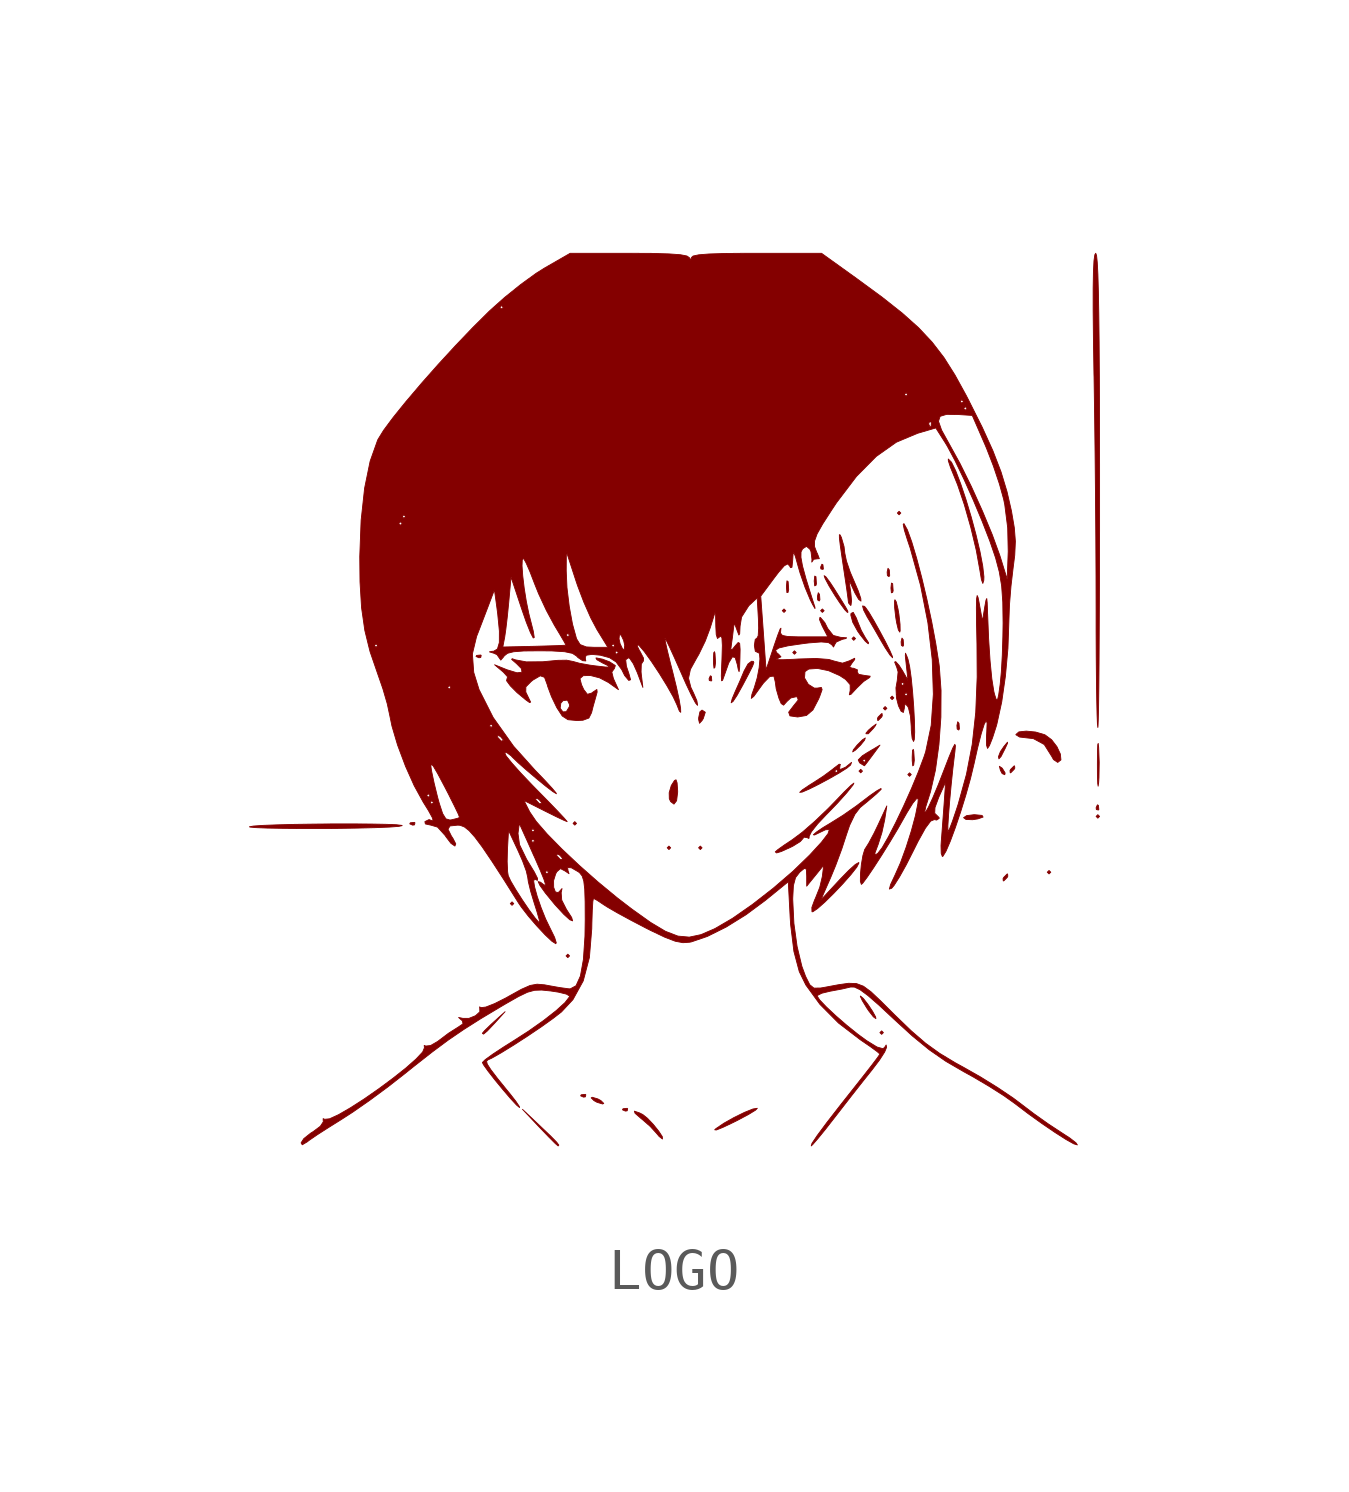
<source format=kicad_sym>
(kicad_symbol_lib
  (version 20220914)
  (generator "bitmap2component")
  (generator_version "9.0")
  (symbol "LOGO"
    (pin_names
      (offset 1.016))
    (property "Reference" "#G"
      (at 0 10.202 0)
      (effects (font (size 1.27 1.27)) hide))
    (symbol "LOGO_0_0"
      (polyline (pts (xy 2.858 -10.802) (xy 2.983 -10.658) (xy 3.17 -10.428) (xy 3.395 -10.139) (xy 3.52 -9.978) (xy 3.805 -9.611) (xy 4.079 -9.263) (xy 4.295 -8.992) (xy 4.475 -8.755) (xy 4.603 -8.556) (xy 4.65 -8.442) (xy 4.639 -8.386) (xy 4.601 -8.445) (xy 4.561 -8.476) (xy 4.417 -8.435) (xy 4.163 -8.279) (xy 3.958 -8.129) (xy 3.687 -7.911) (xy 3.419 -7.679) (xy 3.188 -7.463) (xy 3.025 -7.292) (xy 2.963 -7.196) (xy 2.969 -7.184) (xy 3.077 -7.129) (xy 3.281 -7.08) (xy 3.31 -7.075) (xy 3.572 -7.026) (xy 3.777 -6.978) (xy 3.869 -6.98) (xy 4.005 -7.044) (xy 4.197 -7.186) (xy 4.468 -7.422) (xy 4.835 -7.765) (xy 5.275 -8.167) (xy 5.688 -8.505) (xy 6.089 -8.783) (xy 6.528 -9.038) (xy 6.756 -9.164) (xy 7.147 -9.395) (xy 7.499 -9.619) (xy 7.756 -9.802) (xy 7.768 -9.811) (xy 8.089 -10.055) (xy 8.422 -10.294) (xy 8.737 -10.509) (xy 9.005 -10.68) (xy 9.196 -10.787) (xy 9.282 -10.812) (xy 9.247 -10.76) (xy 9.1 -10.646) (xy 8.873 -10.498) (xy 8.575 -10.302) (xy 8.223 -10.052) (xy 7.893 -9.801) (xy 7.721 -9.672) (xy 7.35 -9.422) (xy 6.927 -9.16) (xy 6.513 -8.925) (xy 6.321 -8.82) (xy 5.938 -8.589) (xy 5.598 -8.344) (xy 5.251 -8.045) (xy 4.846 -7.655) (xy 4.824 -7.633) (xy 4.504 -7.314) (xy 4.271 -7.094) (xy 4.088 -6.959) (xy 3.918 -6.895) (xy 3.726 -6.888) (xy 3.475 -6.924) (xy 3.128 -6.989) (xy 3.044 -7.003) (xy 2.885 -7.005) (xy 2.784 -6.922) (xy 2.682 -6.718) (xy 2.592 -6.474) (xy 2.476 -5.99) (xy 2.399 -5.433) (xy 2.371 -4.86) (xy 2.371 -4.819) (xy 2.387 -4.515) (xy 2.439 -4.322) (xy 2.54 -4.191) (xy 2.653 -4.098) (xy 2.702 -4.117) (xy 2.71 -4.284) (xy 2.71 -4.53) (xy 2.916 -4.276) (xy 3.122 -4.022) (xy 3.09 -4.292) (xy 3.027 -4.558) (xy 2.919 -4.829) (xy 2.902 -4.864) (xy 2.835 -5.047) (xy 2.838 -5.151) (xy 2.858 -5.152) (xy 2.972 -5.075) (xy 3.153 -4.915) (xy 3.369 -4.702) (xy 3.59 -4.469) (xy 3.786 -4.247) (xy 3.926 -4.069) (xy 3.979 -3.965) (xy 3.973 -3.956) (xy 3.889 -4.004) (xy 3.728 -4.149) (xy 3.515 -4.368) (xy 3.051 -4.868) (xy 3.293 -4.318) (xy 3.412 -4.03) (xy 3.563 -3.623) (xy 3.679 -3.267) (xy 3.753 -3.051) (xy 3.881 -2.784) (xy 4.007 -2.621) (xy 4.189 -2.472) (xy 4.403 -2.29) (xy 4.407 -2.286) (xy 4.518 -2.178) (xy 4.514 -2.158) (xy 4.416 -2.212) (xy 4.245 -2.331) (xy 4.022 -2.501) (xy 3.911 -2.585) (xy 3.593 -2.807) (xy 3.281 -3.002) (xy 3.105 -3.108) (xy 2.945 -3.217) (xy 2.871 -3.282) (xy 2.902 -3.287) (xy 3.055 -3.213) (xy 3.167 -3.16) (xy 3.26 -3.155) (xy 3.227 -3.256) (xy 3.068 -3.463) (xy 2.783 -3.773) (xy 2.378 -4.166) (xy 1.896 -4.581) (xy 1.393 -4.973) (xy 0.913 -5.308) (xy 0.501 -5.549) (xy 0.462 -5.569) (xy 0.141 -5.707) (xy -0.141 -5.767) (xy -0.417 -5.742) (xy -0.719 -5.626) (xy -1.082 -5.409) (xy -1.536 -5.085) (xy -1.889 -4.814) (xy -2.36 -4.425) (xy -2.816 -4.022) (xy -3.235 -3.627) (xy -3.59 -3.265) (xy -3.858 -2.957) (xy -4.015 -2.727) (xy -4.156 -2.449) (xy -3.647 -2.706) (xy -3.647 -2.706) (xy -3.386 -2.836) (xy -3.192 -2.928) (xy -3.107 -2.963) (xy -3.108 -2.959) (xy -3.181 -2.874) (xy -3.347 -2.697) (xy -3.586 -2.45) (xy -3.876 -2.155) (xy -3.955 -2.074) (xy -4.232 -1.783) (xy -4.449 -1.54) (xy -4.587 -1.369) (xy -4.623 -1.293) (xy -4.574 -1.286) (xy -4.465 -1.367) (xy -4.436 -1.399) (xy -4.291 -1.538) (xy -4.082 -1.722) (xy -3.847 -1.921) (xy -3.625 -2.103) (xy -3.452 -2.235) (xy -3.367 -2.286) (xy -3.376 -2.266) (xy -3.471 -2.152) (xy -3.648 -1.96) (xy -3.885 -1.714) (xy -4.407 -1.132) (xy -4.903 -0.434) (xy -5.246 0.245) (xy -5.375 0.661) (xy -5.407 1.11) (xy -5.305 1.535) (xy -5.263 1.641) (xy -5.15 1.936) (xy -5.032 2.244) (xy -4.872 2.667) (xy -4.814 2.244) (xy -4.793 2.083) (xy -4.752 1.664) (xy -4.753 1.385) (xy -4.785 1.277) (xy -4.669 1.277) (xy -4.625 1.506) (xy -4.624 1.509) (xy -4.595 1.71) (xy -4.559 2.015) (xy -4.525 2.357) (xy -4.469 2.978) (xy -4.212 2.206) (xy -4.098 1.878) (xy -3.996 1.623) (xy -3.93 1.497) (xy -3.905 1.507) (xy -3.928 1.659) (xy -4.005 1.962) (xy -4.037 2.087) (xy -4.098 2.386) (xy -4.149 2.705) (xy -4.185 3.005) (xy -4.202 3.25) (xy -4.196 3.402) (xy -4.162 3.425) (xy -4.103 3.318) (xy -4.019 3.127) (xy -3.129 3.127) (xy -3.126 3.598) (xy -2.886 2.863) (xy -2.853 2.766) (xy -2.701 2.365) (xy -2.534 1.986) (xy -2.382 1.699) (xy -2.244 1.475) (xy -1.847 1.475) (xy -1.836 1.579) (xy -1.796 1.564) (xy -1.736 1.439) (xy -1.709 1.319) (xy -1.72 1.215) (xy -1.76 1.23) (xy -1.82 1.355) (xy -1.847 1.475) (xy -2.244 1.475) (xy -2.144 1.312) (xy -2.032 1.312) (xy -1.99 1.355) (xy -1.947 1.312) (xy -1.99 1.27) (xy -2.032 1.312) (xy -2.144 1.312) (xy -2.118 1.27) (xy -2.458 1.27) (xy -2.641 1.279) (xy -2.791 1.336) (xy -2.874 1.47) (xy -2.883 1.494) (xy -2.977 1.834) (xy -3.056 2.266) (xy -3.111 2.721) (xy -3.129 3.127) (xy -4.019 3.127) (xy -4.006 3.096) (xy -3.897 2.813) (xy -3.799 2.569) (xy -3.61 2.163) (xy -3.418 1.808) (xy -3.277 1.573) (xy -3.273 1.566) (xy -3.133 1.566) (xy -3.09 1.609) (xy -3.048 1.566) (xy -3.09 1.524) (xy -3.133 1.566) (xy -3.273 1.566) (xy -3.173 1.395) (xy -3.134 1.323) (xy -3.154 1.32) (xy -3.303 1.312) (xy -3.565 1.304) (xy -3.901 1.294) (xy -4.669 1.277) (xy -4.785 1.277) (xy -4.799 1.229) (xy -4.889 1.175) (xy -4.934 1.172) (xy -4.994 1.159) (xy -4.889 1.127) (xy -4.811 1.092) (xy -4.739 0.989) (xy -4.718 0.959) (xy -4.65 1.037) (xy -4.633 1.062) (xy -4.553 1.125) (xy -4.405 1.162) (xy -4.157 1.181) (xy -3.774 1.185) (xy -3.478 1.182) (xy -3.169 1.163) (xy -3.075 1.143) (xy -1.947 1.143) (xy -1.905 1.185) (xy -1.863 1.143) (xy -1.905 1.101) (xy -1.947 1.143) (xy -3.075 1.143) (xy -2.979 1.123) (xy -2.879 1.058) (xy -2.844 1.021) (xy -2.731 0.945) (xy -2.654 0.939) (xy -2.667 1.016) (xy -2.644 1.077) (xy -2.505 1.098) (xy -2.3 1.078) (xy -2.078 1.018) (xy -1.919 0.915) (xy -1.782 0.729) (xy -1.711 0.585) (xy -1.614 0.469) (xy -1.609 0.466) (xy -1.566 0.482) (xy -1.609 0.636) (xy -1.668 0.811) (xy -1.685 0.968) (xy -1.616 1.016) (xy -1.587 1) (xy -1.5 0.872) (xy -1.403 0.656) (xy -1.268 0.296) (xy -1.306 0.614) (xy -1.312 0.674) (xy -1.306 0.858) (xy -1.263 0.931) (xy -1.255 0.932) (xy -1.252 1.007) (xy -1.332 1.161) (xy -1.351 1.191) (xy -1.41 1.312) (xy -1.381 1.329) (xy -1.357 1.31) (xy -1.232 1.164) (xy -1.06 0.925) (xy -0.867 0.634) (xy -0.682 0.334) (xy -0.531 0.066) (xy -0.441 -0.127) (xy -0.382 -0.277) (xy -0.349 -0.309) (xy -0.352 -0.211) (xy -0.387 -0.002) (xy -0.453 0.301) (xy -0.546 0.679) (xy -0.602 0.895) (xy -0.676 1.199) (xy -0.723 1.411) (xy -0.734 1.496) (xy -0.705 1.451) (xy -0.621 1.279) (xy -0.497 1.008) (xy -0.347 0.669) (xy -0.219 0.379) (xy -0.086 0.1) (xy 0.011 -0.083) (xy 0.058 -0.139) (xy 0.061 -0.134) (xy 0.043 -0.026) (xy -0.036 0.157) (xy -0.103 0.298) (xy -0.159 0.519) (xy -0.114 0.733) (xy 0.037 1.007) (xy 0.091 1.099) (xy 0.247 1.421) (xy 0.369 1.746) (xy 0.496 2.159) (xy 0.503 1.778) (xy 0.513 1.58) (xy 0.543 1.484) (xy 0.598 1.524) (xy 0.617 1.545) (xy 0.651 1.504) (xy 0.662 1.317) (xy 0.652 0.974) (xy 0.646 0.842) (xy 0.637 0.576) (xy 0.643 0.457) (xy 0.667 0.468) (xy 0.712 0.593) (xy 0.818 0.893) (xy 0.906 1.038) (xy 0.973 1.022) (xy 1.026 0.847) (xy 1.047 0.736) (xy 1.068 0.678) (xy 1.081 0.766) (xy 1.089 1.011) (xy 1.093 1.222) (xy 1.082 1.367) (xy 1.046 1.387) (xy 0.975 1.307) (xy 0.903 1.218) (xy 0.866 1.21) (xy 0.884 1.355) (xy 0.907 1.514) (xy 0.933 1.736) (xy 0.942 1.806) (xy 0.966 1.827) (xy 1.016 1.693) (xy 1.02 1.679) (xy 1.063 1.568) (xy 1.083 1.598) (xy 1.092 1.784) (xy 1.128 2.003) (xy 1.304 2.279) (xy 1.508 2.47) (xy 1.537 1.962) (xy 1.543 1.732) (xy 1.532 1.549) (xy 1.503 1.494) (xy 1.46 1.461) (xy 1.439 1.312) (xy 1.462 1.173) (xy 1.524 1.143) (xy 1.562 1.123) (xy 1.574 0.988) (xy 1.555 0.773) (xy 1.508 0.527) (xy 1.439 0.295) (xy 1.379 0.126) (xy 1.364 0.029) (xy 1.426 0.079) (xy 1.569 0.277) (xy 1.661 0.403) (xy 1.815 0.561) (xy 1.913 0.57) (xy 1.947 0.429) (xy 1.969 0.264) (xy 2.035 0.035) (xy 2.091 -0.097) (xy 2.149 -0.135) (xy 2.232 -0.043) (xy 2.323 0.04) (xy 2.457 0.07) (xy 2.482 0.059) (xy 2.504 -0.01) (xy 2.394 -0.146) (xy 2.272 -0.306) (xy 2.303 -0.395) (xy 2.491 -0.422) (xy 2.704 -0.385) (xy 2.861 -0.251) (xy 3 0.016) (xy 3.028 0.084) (xy 3.084 0.242) (xy 3.066 0.295) (xy 2.968 0.28) (xy 2.893 0.28) (xy 2.749 0.371) (xy 2.657 0.526) (xy 2.668 0.679) (xy 2.76 0.742) (xy 2.973 0.757) (xy 3.241 0.702) (xy 3.511 0.583) (xy 3.654 0.49) (xy 3.765 0.363) (xy 3.766 0.223) (xy 3.745 0.117) (xy 3.786 0.129) (xy 3.912 0.264) (xy 3.923 0.277) (xy 4.092 0.44) (xy 4.233 0.533) (xy 4.239 0.535) (xy 4.252 0.569) (xy 4.122 0.586) (xy 3.969 0.614) (xy 3.937 0.677) (xy 3.942 0.723) (xy 3.847 0.762) (xy 3.808 0.763) (xy 3.75 0.795) (xy 3.821 0.903) (xy 3.875 0.972) (xy 3.875 1.004) (xy 3.747 0.942) (xy 3.579 0.885) (xy 3.377 0.936) (xy 3.247 0.975) (xy 2.939 0.999) (xy 2.51 0.986) (xy 2.381 0.978) (xy 2.125 0.968) (xy 1.983 0.971) (xy 1.981 0.987) (xy 1.988 0.989) (xy 2.085 1.039) (xy 2.026 1.105) (xy 1.994 1.126) (xy 1.951 1.195) (xy 2.033 1.253) (xy 2.256 1.306) (xy 2.634 1.361) (xy 2.765 1.377) (xy 3.062 1.4) (xy 3.236 1.386) (xy 3.317 1.333) (xy 3.362 1.277) (xy 3.385 1.328) (xy 3.428 1.398) (xy 3.577 1.464) (xy 3.663 1.483) (xy 3.679 1.501) (xy 3.533 1.512) (xy 3.354 1.558) (xy 3.22 1.728) (xy 3.149 1.87) (xy 3.046 1.991) (xy 3.031 1.997) (xy 3.021 1.942) (xy 3.086 1.787) (xy 3.222 1.524) (xy 2.635 1.524) (xy 2.503 1.524) (xy 2.25 1.532) (xy 2.119 1.558) (xy 2.074 1.615) (xy 2.082 1.714) (xy 2.085 1.734) (xy 2.066 1.716) (xy 2.008 1.567) (xy 1.92 1.312) (xy 1.723 0.72) (xy 1.659 1.616) (xy 1.594 2.512) (xy 1.918 2.948) (xy 2.029 3.094) (xy 2.168 3.252) (xy 2.251 3.294) (xy 2.3 3.237) (xy 2.317 3.203) (xy 2.352 3.212) (xy 2.37 3.387) (xy 2.379 3.531) (xy 2.397 3.573) (xy 2.435 3.477) (xy 2.504 3.23) (xy 2.548 3.077) (xy 2.67 2.725) (xy 2.795 2.426) (xy 2.854 2.308) (xy 2.911 2.21) (xy 2.91 2.244) (xy 2.829 2.495) (xy 2.693 2.932) (xy 2.608 3.244) (xy 2.57 3.454) (xy 2.572 3.586) (xy 2.611 3.661) (xy 2.704 3.722) (xy 2.787 3.652) (xy 2.815 3.591) (xy 2.838 3.398) (xy 2.833 3.339) (xy 2.855 3.367) (xy 2.879 3.407) (xy 2.978 3.42) (xy 3.017 3.422) (xy 2.972 3.54) (xy 2.953 3.577) (xy 2.901 3.713) (xy 2.9 3.85) (xy 2.962 4.023) (xy 3.099 4.266) (xy 3.322 4.612) (xy 3.435 4.782) (xy 3.919 5.42) (xy 4.399 5.905) (xy 4.888 6.25) (xy 5.399 6.465) (xy 5.845 6.596) (xy 6.071 6.24) (xy 6.125 6.151) (xy 6.311 5.802) (xy 6.527 5.353) (xy 6.753 4.848) (xy 6.969 4.332) (xy 7.156 3.851) (xy 7.294 3.447) (xy 7.295 3.445) (xy 7.386 3.102) (xy 7.443 2.761) (xy 7.471 2.365) (xy 7.478 1.857) (xy 7.473 1.534) (xy 7.459 1.079) (xy 7.436 0.673) (xy 7.408 0.375) (xy 7.371 0.112) (xy 7.342 -0.009) (xy 7.312 0.002) (xy 7.271 0.127) (xy 7.254 0.196) (xy 7.205 0.505) (xy 7.162 0.942) (xy 7.127 1.475) (xy 7.103 2.074) (xy 7.102 2.084) (xy 7.093 2.348) (xy 7.082 2.454) (xy 7.063 2.415) (xy 7.032 2.244) (xy 6.977 1.905) (xy 6.893 2.371) (xy 6.871 2.479) (xy 6.849 2.527) (xy 6.835 2.449) (xy 6.83 2.234) (xy 6.833 1.871) (xy 6.844 1.35) (xy 6.849 0.548) (xy 6.814 -0.313) (xy 6.729 -1.086) (xy 6.589 -1.813) (xy 6.389 -2.536) (xy 6.344 -2.674) (xy 6.249 -2.955) (xy 6.177 -3.143) (xy 6.141 -3.204) (xy 6.138 -3.193) (xy 6.138 -3.058) (xy 6.154 -2.803) (xy 6.181 -2.464) (xy 6.217 -2.078) (xy 6.258 -1.682) (xy 6.302 -1.312) (xy 6.309 -1.26) (xy 6.321 -1.119) (xy 6.306 -1.086) (xy 6.257 -1.175) (xy 6.165 -1.397) (xy 6.022 -1.766) (xy 5.905 -2.066) (xy 5.772 -2.384) (xy 5.667 -2.609) (xy 5.599 -2.728) (xy 5.574 -2.729) (xy 5.601 -2.6) (xy 5.687 -2.328) (xy 5.717 -2.232) (xy 5.836 -1.711) (xy 5.921 -1.091) (xy 5.968 -0.428) (xy 5.972 0.223) (xy 5.93 0.804) (xy 5.92 0.879) (xy 5.843 1.367) (xy 5.744 1.895) (xy 5.628 2.436) (xy 5.504 2.958) (xy 5.379 3.433) (xy 5.26 3.831) (xy 5.155 4.121) (xy 5.071 4.273) (xy 5.053 4.255) (xy 5.082 4.113) (xy 5.156 3.877) (xy 5.223 3.678) (xy 5.474 2.775) (xy 5.653 1.863) (xy 5.758 0.971) (xy 5.785 0.132) (xy 5.733 -0.624) (xy 5.599 -1.265) (xy 5.556 -1.395) (xy 5.421 -1.754) (xy 5.252 -2.162) (xy 5.063 -2.585) (xy 4.871 -2.987) (xy 4.692 -3.335) (xy 4.543 -3.594) (xy 4.439 -3.73) (xy 4.37 -3.776) (xy 4.367 -3.724) (xy 4.434 -3.545) (xy 4.443 -3.522) (xy 4.536 -3.228) (xy 4.603 -2.921) (xy 4.655 -2.582) (xy 4.443 -3.041) (xy 4.345 -3.244) (xy 4.219 -3.48) (xy 4.131 -3.62) (xy 4.118 -3.64) (xy 4.074 -3.788) (xy 4.037 -4.005) (xy 4.015 -4.234) (xy 4.013 -4.414) (xy 4.037 -4.487) (xy 4.071 -4.457) (xy 4.18 -4.311) (xy 4.341 -4.073) (xy 4.532 -3.777) (xy 4.733 -3.454) (xy 4.923 -3.137) (xy 5.08 -2.86) (xy 5.143 -2.748) (xy 5.285 -2.518) (xy 5.382 -2.4) (xy 5.418 -2.415) (xy 5.409 -2.525) (xy 5.35 -2.818) (xy 5.25 -3.189) (xy 5.124 -3.586) (xy 4.987 -3.961) (xy 4.854 -4.261) (xy 4.747 -4.489) (xy 4.717 -4.6) (xy 4.774 -4.58) (xy 4.832 -4.511) (xy 4.963 -4.305) (xy 5.127 -4.011) (xy 5.302 -3.666) (xy 5.415 -3.44) (xy 5.591 -3.123) (xy 5.72 -2.95) (xy 5.809 -2.913) (xy 5.865 -2.925) (xy 5.927 -2.883) (xy 5.923 -2.862) (xy 5.837 -2.778) (xy 5.818 -2.76) (xy 5.824 -2.623) (xy 5.915 -2.375) (xy 6.083 -2.001) (xy 6.045 -2.546) (xy 6.026 -2.802) (xy 5.999 -3.163) (xy 5.977 -3.45) (xy 5.971 -3.546) (xy 5.976 -3.735) (xy 6.004 -3.81) (xy 6.019 -3.802) (xy 6.093 -3.68) (xy 6.197 -3.438) (xy 6.319 -3.108) (xy 6.449 -2.722) (xy 6.575 -2.314) (xy 6.687 -1.915) (xy 6.773 -1.558) (xy 6.859 -1.175) (xy 6.949 -0.822) (xy 7.02 -0.597) (xy 7.068 -0.509) (xy 7.09 -0.568) (xy 7.082 -0.783) (xy 7.074 -0.917) (xy 7.077 -1.11) (xy 7.101 -1.185) (xy 7.147 -1.117) (xy 7.223 -0.926) (xy 7.31 -0.656) (xy 7.33 -0.584) (xy 7.445 -0.057) (xy 7.535 0.571) (xy 7.596 1.243) (xy 7.619 1.901) (xy 7.619 1.905) (xy 7.633 2.296) (xy 7.67 2.754) (xy 7.72 3.181) (xy 7.761 3.504) (xy 7.777 3.841) (xy 7.751 4.173) (xy 7.681 4.582) (xy 7.574 5.048) (xy 7.428 5.53) (xy 7.232 6.039) (xy 6.971 6.614) (xy 6.631 7.292) (xy 6.583 7.385) (xy 6.309 7.883) (xy 6.042 8.306) (xy 5.756 8.678) (xy 5.427 9.029) (xy 5.029 9.385) (xy 4.537 9.774) (xy 3.925 10.223) (xy 3.07 10.837) (xy 1.493 10.837) (xy 1.235 10.837) (xy 0.714 10.832) (xy 0.338 10.82) (xy 0.09 10.8) (xy -0.048 10.771) (xy -0.091 10.732) (xy -0.102 10.669) (xy -0.141 10.732) (xy -0.198 10.771) (xy -0.356 10.802) (xy -0.633 10.822) (xy -1.045 10.834) (xy -1.608 10.837) (xy -3.033 10.837) (xy -3.654 10.48) (xy -3.855 10.354) (xy -4.229 10.083) (xy -4.626 9.764) (xy -4.894 9.525) (xy -4.741 9.525) (xy -4.699 9.567) (xy -4.657 9.525) (xy -4.699 9.483) (xy -4.741 9.525) (xy -4.894 9.525) (xy -4.986 9.442) (xy -5.002 9.427) (xy -5.396 9.036) (xy -5.815 8.598) (xy -6.239 8.137) (xy -6.646 7.677) (xy -6.874 7.408) (xy 5.08 7.408) (xy 5.122 7.451) (xy 5.165 7.408) (xy 5.122 7.366) (xy 5.08 7.408) (xy -6.874 7.408) (xy -7.016 7.241) (xy -7.018 7.239) (xy 6.435 7.239) (xy 6.477 7.281) (xy 6.519 7.239) (xy 6.477 7.197) (xy 6.435 7.239) (xy -7.018 7.239) (xy -7.155 7.07) (xy 6.519 7.07) (xy 6.562 7.112) (xy 6.604 7.07) (xy 6.562 7.027) (xy 6.519 7.07) (xy -7.155 7.07) (xy -7.329 6.854) (xy -7.401 6.758) (xy 5.91 6.758) (xy 5.949 6.878) (xy 6.108 6.926) (xy 6.392 6.922) (xy 6.73 6.9) (xy 7.043 6.181) (xy 7.079 6.095) (xy 7.243 5.671) (xy 7.39 5.234) (xy 7.491 4.868) (xy 7.519 4.733) (xy 7.59 4.172) (xy 7.603 3.598) (xy 7.578 2.921) (xy 7.423 3.423) (xy 7.397 3.505) (xy 7.216 4.003) (xy 6.977 4.578) (xy 6.708 5.174) (xy 6.432 5.733) (xy 6.175 6.2) (xy 6.167 6.214) (xy 5.985 6.543) (xy 5.91 6.758) (xy -7.401 6.758) (xy -7.452 6.689) (xy 5.673 6.689) (xy 5.679 6.734) (xy 5.729 6.745) (xy 5.739 6.733) (xy 5.729 6.632) (xy 5.704 6.619) (xy 5.673 6.689) (xy -7.452 6.689) (xy -7.564 6.538) (xy -7.699 6.319) (xy -7.709 6.298) (xy -7.89 5.789) (xy -8.024 5.135) (xy -8.099 4.445) (xy -7.112 4.445) (xy -7.07 4.487) (xy -7.027 4.445) (xy -7.07 4.403) (xy -7.112 4.445) (xy -8.099 4.445) (xy -8.109 4.356) (xy -8.112 4.276) (xy -7.197 4.276) (xy -7.154 4.318) (xy -7.112 4.276) (xy -7.154 4.233) (xy -7.197 4.276) (xy -8.112 4.276) (xy -8.142 3.471) (xy -8.136 2.859) (xy -8.098 2.229) (xy -8.019 1.679) (xy -7.929 1.312) (xy -7.789 1.312) (xy -7.747 1.355) (xy -7.705 1.312) (xy -7.747 1.27) (xy -7.789 1.312) (xy -7.929 1.312) (xy -7.892 1.164) (xy -7.71 0.636) (xy -7.708 0.63) (xy -7.592 0.296) (xy -6.011 0.296) (xy -5.969 0.339) (xy -5.927 0.296) (xy -5.969 0.254) (xy -6.011 0.296) (xy -7.592 0.296) (xy -7.581 0.264) (xy -7.474 -0.103) (xy -7.412 -0.393) (xy -7.362 -0.635) (xy -4.995 -0.635) (xy -4.953 -0.593) (xy -4.911 -0.635) (xy -4.953 -0.677) (xy -4.995 -0.635) (xy -7.362 -0.635) (xy -7.361 -0.64) (xy -7.293 -0.871) (xy -4.812 -0.871) (xy -4.754 -0.881) (xy -4.717 -0.907) (xy -4.657 -0.979) (xy -4.657 -0.991) (xy -4.707 -1.009) (xy -4.792 -0.918) (xy -4.812 -0.871) (xy -7.293 -0.871) (xy -7.224 -1.104) (xy -7.035 -1.608) (xy -7.03 -1.621) (xy -6.415 -1.621) (xy -6.407 -1.562) (xy -6.356 -1.617) (xy -6.25 -1.797) (xy -6.08 -2.117) (xy -5.982 -2.306) (xy -5.938 -2.395) (xy -3.881 -2.395) (xy -3.823 -2.405) (xy -3.785 -2.431) (xy -3.725 -2.503) (xy -3.726 -2.514) (xy -3.775 -2.533) (xy -3.86 -2.442) (xy -3.881 -2.395) (xy -5.938 -2.395) (xy -5.843 -2.584) (xy -5.749 -2.78) (xy -5.719 -2.86) (xy -5.763 -2.881) (xy -5.911 -2.918) (xy -5.953 -2.924) (xy -6.051 -2.895) (xy -6.129 -2.769) (xy -6.213 -2.513) (xy -6.253 -2.367) (xy -6.337 -2.025) (xy -6.398 -1.736) (xy -6.415 -1.621) (xy -7.03 -1.621) (xy -6.821 -2.089) (xy -6.69 -2.328) (xy -6.519 -2.328) (xy -6.477 -2.286) (xy -6.435 -2.328) (xy -6.477 -2.371) (xy -6.519 -2.328) (xy -6.69 -2.328) (xy -6.605 -2.483) (xy -6.596 -2.498) (xy -6.435 -2.498) (xy -6.392 -2.455) (xy -6.35 -2.498) (xy -6.392 -2.54) (xy -6.435 -2.498) (xy -6.596 -2.498) (xy -6.476 -2.691) (xy -6.375 -2.875) (xy -6.361 -2.948) (xy -6.429 -2.925) (xy -6.459 -2.913) (xy -6.561 -2.962) (xy -6.549 -3.019) (xy -6.416 -3.048) (xy -6.253 -3.096) (xy -6.067 -3.302) (xy -6.051 -3.328) (xy -5.928 -3.49) (xy -5.832 -3.556) (xy -5.811 -3.503) (xy -5.88 -3.368) (xy -5.917 -3.313) (xy -5.999 -3.147) (xy -5.951 -3.068) (xy -5.761 -3.048) (xy -5.702 -3.053) (xy -5.601 -3.092) (xy -5.487 -3.182) (xy -5.347 -3.339) (xy -5.168 -3.578) (xy -4.94 -3.915) (xy -4.929 -3.931) (xy -4.563 -3.931) (xy -4.556 -3.636) (xy -4.53 -3.175) (xy -4.297 -3.672) (xy -4.188 -3.92) (xy -4.098 -4.165) (xy -4.064 -4.315) (xy -4.049 -4.421) (xy -3.992 -4.656) (xy -3.906 -4.94) (xy -3.837 -5.157) (xy -3.784 -5.346) (xy -3.774 -5.419) (xy -3.792 -5.408) (xy -3.888 -5.298) (xy -4.033 -5.101) (xy -4.198 -4.858) (xy -4.356 -4.611) (xy -4.478 -4.403) (xy -4.537 -4.274) (xy -4.552 -4.18) (xy -4.563 -3.931) (xy -4.929 -3.931) (xy -4.648 -4.365) (xy -4.282 -4.946) (xy -4.22 -5.037) (xy -4.049 -5.258) (xy -3.845 -5.494) (xy -3.643 -5.71) (xy -3.478 -5.866) (xy -3.382 -5.927) (xy -3.371 -5.903) (xy -3.411 -5.773) (xy -3.512 -5.567) (xy -3.514 -5.564) (xy -3.629 -5.326) (xy -3.739 -5.052) (xy -3.833 -4.78) (xy -3.897 -4.549) (xy -3.921 -4.397) (xy -3.891 -4.363) (xy -3.828 -4.389) (xy -3.826 -4.339) (xy -3.904 -4.185) (xy -4.071 -3.91) (xy -4.091 -3.877) (xy -4.263 -3.522) (xy -4.3 -3.248) (xy -4.268 -3.006) (xy -4.192 -3.175) (xy -3.979 -3.175) (xy -3.937 -3.133) (xy -3.895 -3.175) (xy -3.937 -3.217) (xy -3.979 -3.175) (xy -4.192 -3.175) (xy -4.154 -3.26) (xy -4.091 -3.399) (xy -4.077 -3.429) (xy -3.979 -3.429) (xy -3.937 -3.387) (xy -3.895 -3.429) (xy -3.937 -3.471) (xy -3.979 -3.429) (xy -4.077 -3.429) (xy -3.934 -3.75) (xy -3.373 -3.75) (xy -3.315 -3.76) (xy -3.277 -3.786) (xy -3.217 -3.857) (xy -3.218 -3.869) (xy -3.267 -3.888) (xy -3.352 -3.797) (xy -3.373 -3.75) (xy -3.934 -3.75) (xy -3.89 -3.846) (xy -3.752 -4.163) (xy -3.741 -4.191) (xy -3.641 -4.191) (xy -3.598 -4.149) (xy -3.556 -4.191) (xy -3.598 -4.233) (xy -3.641 -4.191) (xy -3.741 -4.191) (xy -3.669 -4.367) (xy -3.635 -4.477) (xy -3.641 -4.511) (xy -3.682 -4.488) (xy -3.754 -4.433) (xy -3.811 -4.419) (xy -3.768 -4.511) (xy -3.635 -4.697) (xy -3.417 -4.963) (xy -3.401 -4.982) (xy -3.189 -5.212) (xy -3.043 -5.345) (xy -2.974 -5.372) (xy -2.997 -5.29) (xy -3.124 -5.093) (xy -3.238 -4.869) (xy -3.252 -4.686) (xy -3.249 -4.677) (xy -3.231 -4.588) (xy -3.285 -4.647) (xy -3.322 -4.685) (xy -3.392 -4.671) (xy -3.434 -4.559) (xy -3.436 -4.396) (xy -3.385 -4.231) (xy -3.356 -4.179) (xy -3.269 -4.103) (xy -3.153 -4.164) (xy -3.151 -4.166) (xy -3.061 -4.227) (xy -3.079 -4.17) (xy -3.083 -4.164) (xy -3.096 -4.076) (xy -3.003 -4.084) (xy -2.831 -4.184) (xy -2.802 -4.207) (xy -2.742 -4.283) (xy -2.703 -4.404) (xy -2.68 -4.601) (xy -2.67 -4.906) (xy -2.668 -5.348) (xy -2.674 -5.746) (xy -2.712 -6.31) (xy -2.784 -6.71) (xy -2.891 -6.947) (xy -3.033 -7.024) (xy -3.083 -7.02) (xy -3.293 -6.991) (xy -3.556 -6.944) (xy -3.655 -6.925) (xy -3.837 -6.91) (xy -4.007 -6.941) (xy -4.216 -7.033) (xy -4.518 -7.2) (xy -4.588 -7.24) (xy -4.865 -7.38) (xy -5.081 -7.465) (xy -5.195 -7.479) (xy -5.233 -7.461) (xy -5.229 -7.493) (xy -5.226 -7.58) (xy -5.331 -7.675) (xy -5.489 -7.739) (xy -5.645 -7.739) (xy -5.654 -7.736) (xy -5.742 -7.718) (xy -5.682 -7.772) (xy -5.649 -7.8) (xy -5.636 -7.873) (xy -5.767 -7.962) (xy -5.775 -7.966) (xy -5.986 -8.1) (xy -6.209 -8.268) (xy -6.247 -8.298) (xy -6.422 -8.399) (xy -6.54 -8.412) (xy -6.577 -8.396) (xy -6.573 -8.448) (xy -6.571 -8.453) (xy -6.615 -8.556) (xy -6.774 -8.726) (xy -7.022 -8.945) (xy -7.332 -9.191) (xy -7.678 -9.448) (xy -8.031 -9.694) (xy -8.367 -9.91) (xy -8.657 -10.078) (xy -8.875 -10.178) (xy -8.994 -10.19) (xy -9.031 -10.174) (xy -9.03 -10.223) (xy -9.026 -10.249) (xy -9.099 -10.359) (xy -9.271 -10.488) (xy -9.334 -10.527) (xy -9.501 -10.66) (xy -9.567 -10.763) (xy -9.538 -10.809) (xy -9.419 -10.739) (xy -9.372 -10.702) (xy -9.183 -10.572) (xy -8.909 -10.396) (xy -8.594 -10.199) (xy -8.317 -10.02) (xy -7.906 -9.734) (xy -7.471 -9.413) (xy -7.07 -9.1) (xy -6.823 -8.902) (xy -6.378 -8.553) (xy -5.992 -8.266) (xy -5.617 -8.01) (xy -5.207 -7.75) (xy -4.716 -7.456) (xy -4.592 -7.383) (xy -4.288 -7.21) (xy -4.072 -7.106) (xy -3.898 -7.058) (xy -3.726 -7.052) (xy -3.51 -7.074) (xy -3.321 -7.103) (xy -3.124 -7.151) (xy -3.048 -7.197) (xy -3.054 -7.221) (xy -3.159 -7.357) (xy -3.376 -7.554) (xy -3.678 -7.791) (xy -4.039 -8.046) (xy -4.434 -8.3) (xy -4.647 -8.434) (xy -4.914 -8.61) (xy -5.097 -8.743) (xy -5.165 -8.811) (xy -5.136 -8.868) (xy -5.024 -9.025) (xy -4.856 -9.24) (xy -4.664 -9.473) (xy -4.48 -9.688) (xy -4.335 -9.845) (xy -4.261 -9.906) (xy -4.268 -9.878) (xy -4.352 -9.753) (xy -4.501 -9.562) (xy -4.541 -9.514) (xy -4.799 -9.196) (xy -4.962 -8.982) (xy -5.046 -8.851) (xy -5.064 -8.78) (xy -5.03 -8.748) (xy -4.937 -8.706) (xy -4.705 -8.574) (xy -4.4 -8.386) (xy -4.062 -8.167) (xy -3.73 -7.943) (xy -3.445 -7.739) (xy -3.244 -7.583) (xy -2.966 -7.285) (xy -2.716 -6.83) (xy -2.566 -6.262) (xy -2.509 -5.567) (xy -2.506 -5.416) (xy -2.496 -5.114) (xy -2.483 -4.904) (xy -2.468 -4.826) (xy -2.466 -4.826) (xy -2.377 -4.875) (xy -2.214 -4.984) (xy -2.123 -5.042) (xy -1.881 -5.182) (xy -1.559 -5.357) (xy -1.203 -5.543) (xy -1.073 -5.609) (xy -0.728 -5.773) (xy -0.481 -5.867) (xy -0.295 -5.902) (xy -0.133 -5.891) (xy -0.088 -5.882) (xy 0.298 -5.75) (xy 0.754 -5.523) (xy 1.236 -5.224) (xy 1.703 -4.878) (xy 2.263 -4.422) (xy 2.308 -5.28) (xy 2.32 -5.467) (xy 2.399 -6.113) (xy 2.53 -6.605) (xy 2.689 -6.929) (xy 3.03 -7.398) (xy 3.482 -7.853) (xy 4.014 -8.261) (xy 4.252 -8.424) (xy 4.422 -8.548) (xy 4.487 -8.606) (xy 4.487 -8.608) (xy 4.429 -8.693) (xy 4.287 -8.881) (xy 4.08 -9.146) (xy 3.831 -9.462) (xy 3.55 -9.817) (xy 3.203 -10.264) (xy 2.966 -10.583) (xy 2.838 -10.774) (xy 2.82 -10.837) (xy 2.858 -10.802)) (stroke (width 0.01) (type default)) (fill (type outline)))
      (polyline (pts (xy -3.308 -10.817) (xy -3.36 -10.747) (xy -3.5 -10.604) (xy -3.747 -10.368) (xy -4.191 -9.948) (xy -3.771 -10.393) (xy -3.746 -10.419) (xy -3.542 -10.631) (xy -3.392 -10.781) (xy -3.326 -10.837) (xy -3.324 -10.837) (xy -3.308 -10.817)) (stroke (width 0.01) (type default)) (fill (type outline)))
      (polyline (pts (xy -0.792 -10.668) (xy -0.796 -10.612) (xy -0.882 -10.48) (xy -1.013 -10.317) (xy -1.154 -10.168) (xy -1.27 -10.075) (xy -1.352 -10.034) (xy -1.474 -9.993) (xy -1.458 -10.044) (xy -1.303 -10.179) (xy -1.289 -10.189) (xy -1.091 -10.362) (xy -0.948 -10.518) (xy -0.872 -10.608) (xy -0.794 -10.668) (xy -0.792 -10.668)) (stroke (width 0.01) (type default)) (fill (type outline)))
      (polyline (pts (xy 0.674 -10.387) (xy 0.931 -10.265) (xy 1.046 -10.207) (xy 1.302 -10.07) (xy 1.467 -9.969) (xy 1.511 -9.923) (xy 1.404 -9.94) (xy 1.2 -10.022) (xy 0.949 -10.145) (xy 0.702 -10.284) (xy 0.508 -10.415) (xy 0.476 -10.445) (xy 0.516 -10.45) (xy 0.674 -10.387)) (stroke (width 0.01) (type default)) (fill (type outline)))
      (polyline (pts (xy -1.649 -9.985) (xy -1.637 -9.934) (xy -1.649 -9.924) (xy -1.75 -9.934) (xy -1.763 -9.96) (xy -1.693 -9.991) (xy -1.649 -9.985)) (stroke (width 0.01) (type default)) (fill (type outline)))
      (polyline (pts (xy -2.218 -9.804) (xy -2.286 -9.737) (xy -2.358 -9.697) (xy -2.498 -9.655) (xy -2.523 -9.67) (xy -2.455 -9.737) (xy -2.383 -9.777) (xy -2.244 -9.819) (xy -2.218 -9.804)) (stroke (width 0.01) (type default)) (fill (type outline)))
      (polyline (pts (xy -2.664 -9.646) (xy -2.653 -9.595) (xy -2.665 -9.585) (xy -2.766 -9.595) (xy -2.779 -9.621) (xy -2.709 -9.652) (xy -2.664 -9.646)) (stroke (width 0.01) (type default)) (fill (type outline)))
      (polyline (pts (xy -5.044 -8.045) (xy -4.863 -7.853) (xy -4.614 -7.578) (xy -4.889 -7.826) (xy -4.965 -7.896) (xy -5.108 -8.034) (xy -5.165 -8.101) (xy -5.165 -8.102) (xy -5.137 -8.123) (xy -5.044 -8.045)) (stroke (width 0.01) (type default)) (fill (type outline)))
      (polyline (pts (xy 4.572 -8.086) (xy 4.53 -8.043) (xy 4.487 -8.086) (xy 4.53 -8.128) (xy 4.572 -8.086)) (stroke (width 0.01) (type default)) (fill (type outline)))
      (polyline (pts (xy 4.383 -7.704) (xy 4.31 -7.57) (xy 4.198 -7.402) (xy 4.087 -7.258) (xy 4.015 -7.197) (xy 4.012 -7.206) (xy 4.059 -7.308) (xy 4.168 -7.487) (xy 4.215 -7.557) (xy 4.329 -7.703) (xy 4.39 -7.746) (xy 4.383 -7.704)) (stroke (width 0.01) (type default)) (fill (type outline)))
      (polyline (pts (xy -3.048 -6.223) (xy -3.09 -6.181) (xy -3.133 -6.223) (xy -3.09 -6.265) (xy -3.048 -6.223)) (stroke (width 0.01) (type default)) (fill (type outline)))
      (polyline (pts (xy -4.403 -4.953) (xy -4.445 -4.911) (xy -4.487 -4.953) (xy -4.445 -4.995) (xy -4.403 -4.953)) (stroke (width 0.01) (type default)) (fill (type outline)))
      (polyline (pts (xy 7.498 -4.399) (xy 7.578 -4.318) (xy 7.593 -4.288) (xy 7.588 -4.233) (xy 7.573 -4.237) (xy 7.493 -4.318) (xy 7.477 -4.348) (xy 7.483 -4.403) (xy 7.498 -4.399)) (stroke (width 0.01) (type default)) (fill (type outline)))
      (polyline (pts (xy 8.636 -4.191) (xy 8.594 -4.149) (xy 8.551 -4.191) (xy 8.594 -4.233) (xy 8.636 -4.191)) (stroke (width 0.01) (type default)) (fill (type outline)))
      (polyline (pts (xy 2.094 -3.688) (xy 2.325 -3.583) (xy 2.384 -3.553) (xy 2.555 -3.446) (xy 2.625 -3.366) (xy 2.635 -3.339) (xy 2.722 -3.352) (xy 2.763 -3.372) (xy 2.771 -3.333) (xy 2.768 -3.321) (xy 2.825 -3.207) (xy 2.974 -3.019) (xy 3.188 -2.791) (xy 3.205 -2.775) (xy 3.459 -2.512) (xy 3.684 -2.261) (xy 3.834 -2.074) (xy 3.856 -2.027) (xy 3.784 -2.083) (xy 3.625 -2.237) (xy 3.397 -2.475) (xy 3.23 -2.646) (xy 2.91 -2.952) (xy 2.605 -3.218) (xy 2.364 -3.399) (xy 2.18 -3.521) (xy 2.012 -3.64) (xy 1.947 -3.697) (xy 1.978 -3.723) (xy 2.094 -3.688)) (stroke (width 0.01) (type default)) (fill (type outline)))
      (polyline (pts (xy -0.593 -3.598) (xy -0.635 -3.556) (xy -0.677 -3.598) (xy -0.635 -3.641) (xy -0.593 -3.598)) (stroke (width 0.01) (type default)) (fill (type outline)))
      (polyline (pts (xy 0.169 -3.598) (xy 0.127 -3.556) (xy 0.085 -3.598) (xy 0.127 -3.641) (xy 0.169 -3.598)) (stroke (width 0.01) (type default)) (fill (type outline)))
      (polyline (pts (xy -8.992 -3.13) (xy -8.727 -3.128) (xy -8.21 -3.12) (xy -7.766 -3.109) (xy -7.419 -3.095) (xy -7.193 -3.078) (xy -7.112 -3.06) (xy -7.122 -3.054) (xy -7.255 -3.038) (xy -7.516 -3.028) (xy -7.878 -3.021) (xy -8.309 -3.018) (xy -8.782 -3.018) (xy -9.266 -3.023) (xy -9.732 -3.03) (xy -10.149 -3.041) (xy -10.49 -3.054) (xy -10.723 -3.07) (xy -10.821 -3.088) (xy -10.808 -3.095) (xy -10.668 -3.108) (xy -10.393 -3.119) (xy -10.006 -3.126) (xy -9.532 -3.13) (xy -8.992 -3.13)) (stroke (width 0.01) (type default)) (fill (type outline)))
      (polyline (pts (xy -6.813 -3.042) (xy -6.802 -2.991) (xy -6.814 -2.981) (xy -6.915 -2.991) (xy -6.928 -3.017) (xy -6.858 -3.048) (xy -6.813 -3.042)) (stroke (width 0.01) (type default)) (fill (type outline)))
      (polyline (pts (xy -2.879 -3.006) (xy -2.921 -2.963) (xy -2.963 -3.006) (xy -2.921 -3.048) (xy -2.879 -3.006)) (stroke (width 0.01) (type default)) (fill (type outline)))
      (polyline (pts (xy 6.868 -2.896) (xy 6.993 -2.852) (xy 6.968 -2.812) (xy 6.787 -2.794) (xy 6.773 -2.794) (xy 6.593 -2.817) (xy 6.519 -2.867) (xy 6.577 -2.91) (xy 6.739 -2.916) (xy 6.868 -2.896)) (stroke (width 0.01) (type default)) (fill (type outline)))
      (polyline (pts (xy 9.821 -2.836) (xy 9.779 -2.794) (xy 9.737 -2.836) (xy 9.779 -2.879) (xy 9.821 -2.836)) (stroke (width 0.01) (type default)) (fill (type outline)))
      (polyline (pts (xy 9.803 -2.669) (xy 9.793 -2.568) (xy 9.768 -2.555) (xy 9.737 -2.625) (xy 9.743 -2.67) (xy 9.793 -2.681) (xy 9.803 -2.669)) (stroke (width 0.01) (type default)) (fill (type outline)))
      (polyline (pts (xy -0.449 -2.455) (xy -0.423 -2.244) (xy -0.424 -2.205) (xy -0.437 -2.022) (xy -0.463 -1.947) (xy -0.5 -1.964) (xy -0.578 -2.086) (xy -0.629 -2.26) (xy -0.626 -2.407) (xy -0.594 -2.476) (xy -0.513 -2.538) (xy -0.449 -2.455)) (stroke (width 0.01) (type default)) (fill (type outline)))
      (polyline (pts (xy 9.799 -2.014) (xy 9.806 -1.892) (xy 9.812 -1.524) (xy 9.799 -1.167) (xy 9.788 -1.063) (xy 9.777 -1.093) (xy 9.77 -1.266) (xy 9.768 -1.566) (xy 9.769 -1.837) (xy 9.776 -2.038) (xy 9.786 -2.102) (xy 9.799 -2.014)) (stroke (width 0.01) (type default)) (fill (type outline)))
      (polyline (pts (xy 2.602 -2.245) (xy 2.769 -2.173) (xy 3.002 -2.057) (xy 3.259 -1.919) (xy 3.501 -1.781) (xy 3.686 -1.664) (xy 3.774 -1.59) (xy 3.777 -1.585) (xy 3.799 -1.524) (xy 3.721 -1.587) (xy 3.652 -1.642) (xy 3.534 -1.693) (xy 3.507 -1.681) (xy 3.522 -1.587) (xy 3.529 -1.575) (xy 3.499 -1.568) (xy 3.379 -1.659) (xy 3.341 -1.69) (xy 3.28 -1.736) (xy 3.387 -1.736) (xy 3.429 -1.693) (xy 3.471 -1.736) (xy 3.429 -1.778) (xy 3.387 -1.736) (xy 3.28 -1.736) (xy 3.113 -1.859) (xy 2.857 -2.025) (xy 2.771 -2.079) (xy 2.606 -2.19) (xy 2.54 -2.252) (xy 2.602 -2.245)) (stroke (width 0.01) (type default)) (fill (type outline)))
      (polyline (pts (xy 5.249 -1.82) (xy 5.207 -1.778) (xy 5.165 -1.82) (xy 5.207 -1.863) (xy 5.249 -1.82)) (stroke (width 0.01) (type default)) (fill (type outline)))
      (polyline (pts (xy 7.528 -1.782) (xy 7.461 -1.671) (xy 7.45 -1.66) (xy 7.388 -1.619) (xy 7.414 -1.718) (xy 7.456 -1.797) (xy 7.519 -1.823) (xy 7.528 -1.782)) (stroke (width 0.01) (type default)) (fill (type outline)))
      (polyline (pts (xy 4.064 -1.736) (xy 4.022 -1.693) (xy 3.979 -1.736) (xy 4.022 -1.778) (xy 4.064 -1.736)) (stroke (width 0.01) (type default)) (fill (type outline)))
      (polyline (pts (xy 7.667 -1.774) (xy 7.747 -1.693) (xy 7.763 -1.663) (xy 7.757 -1.609) (xy 7.742 -1.613) (xy 7.662 -1.693) (xy 7.646 -1.723) (xy 7.652 -1.778) (xy 7.667 -1.774)) (stroke (width 0.01) (type default)) (fill (type outline)))
      (polyline (pts (xy 5.308 -1.589) (xy 5.323 -1.47) (xy 5.309 -1.25) (xy 5.298 -1.208) (xy 5.279 -1.233) (xy 5.271 -1.397) (xy 5.272 -1.487) (xy 5.285 -1.608) (xy 5.308 -1.589)) (stroke (width 0.01) (type default)) (fill (type outline)))
      (polyline (pts (xy 4.115 -1.604) (xy 4.181 -1.52) (xy 4.303 -1.357) (xy 4.489 -1.105) (xy 4.185 -1.285) (xy 4.063 -1.362) (xy 3.961 -1.464) (xy 3.969 -1.482) (xy 4.064 -1.482) (xy 4.106 -1.439) (xy 4.149 -1.482) (xy 4.106 -1.524) (xy 4.064 -1.482) (xy 3.969 -1.482) (xy 3.994 -1.535) (xy 4.048 -1.569) (xy 4.112 -1.607) (xy 4.115 -1.604)) (stroke (width 0.01) (type default)) (fill (type outline)))
      (polyline (pts (xy 8.807 -1.524) (xy 8.883 -1.464) (xy 8.869 -1.322) (xy 8.786 -1.143) (xy 8.655 -0.973) (xy 8.496 -0.856) (xy 8.484 -0.851) (xy 8.267 -0.787) (xy 8.04 -0.765) (xy 7.862 -0.784) (xy 7.789 -0.847) (xy 7.79 -0.854) (xy 7.879 -0.909) (xy 8.067 -0.931) (xy 8.213 -0.947) (xy 8.478 -1.091) (xy 8.66 -1.38) (xy 8.702 -1.456) (xy 8.803 -1.524) (xy 8.807 -1.524)) (stroke (width 0.01) (type default)) (fill (type outline)))
      (polyline (pts (xy 7.428 -1.383) (xy 7.529 -1.185) (xy 7.585 -1.062) (xy 7.585 -1.034) (xy 7.498 -1.138) (xy 7.414 -1.261) (xy 7.366 -1.385) (xy 7.377 -1.438) (xy 7.428 -1.383)) (stroke (width 0.01) (type default)) (fill (type outline)))
      (polyline (pts (xy 3.894 -1.226) (xy 4.022 -1.101) (xy 4.115 -0.984) (xy 4.133 -0.931) (xy 4.064 -0.975) (xy 3.937 -1.101) (xy 3.843 -1.217) (xy 3.826 -1.27) (xy 3.894 -1.226)) (stroke (width 0.01) (type default)) (fill (type outline)))
      (polyline (pts (xy 5.323 -0.968) (xy 5.332 -0.787) (xy 5.326 -0.508) (xy 5.308 -0.171) (xy 5.281 0.186) (xy 5.248 0.522) (xy 5.21 0.797) (xy 5.171 0.974) (xy 5.144 1.049) (xy 5.109 1.127) (xy 5.104 1.064) (xy 5.127 0.847) (xy 5.17 0.466) (xy 5.038 0.699) (xy 4.954 0.83) (xy 4.872 0.922) (xy 4.845 0.912) (xy 4.897 0.783) (xy 4.929 0.672) (xy 4.909 0.466) (xy 4.894 0.381) (xy 4.995 0.381) (xy 5.038 0.423) (xy 5.08 0.381) (xy 5.038 0.339) (xy 4.995 0.381) (xy 4.894 0.381) (xy 4.877 0.285) (xy 4.885 0.127) (xy 5.08 0.127) (xy 5.122 0.169) (xy 5.165 0.127) (xy 5.122 0.085) (xy 5.08 0.127) (xy 4.885 0.127) (xy 4.889 0.042) (xy 4.938 -0.15) (xy 5.002 -0.283) (xy 5.057 -0.312) (xy 5.081 -0.207) (xy 5.082 -0.179) (xy 5.101 -0.096) (xy 5.165 -0.169) (xy 5.182 -0.204) (xy 5.229 -0.4) (xy 5.248 -0.656) (xy 5.25 -0.751) (xy 5.27 -0.941) (xy 5.304 -1.016) (xy 5.323 -0.968)) (stroke (width 0.01) (type default)) (fill (type outline)))
      (polyline (pts (xy 4.329 -0.699) (xy 4.376 -0.637) (xy 4.397 -0.593) (xy 4.297 -0.666) (xy 4.207 -0.744) (xy 4.149 -0.815) (xy 4.15 -0.83) (xy 4.205 -0.83) (xy 4.329 -0.699)) (stroke (width 0.01) (type default)) (fill (type outline)))
      (polyline (pts (xy 6.418 -0.709) (xy 6.408 -0.577) (xy 6.377 -0.538) (xy 6.357 -0.628) (xy 6.363 -0.714) (xy 6.401 -0.739) (xy 6.418 -0.709)) (stroke (width 0.01) (type default)) (fill (type outline)))
      (polyline (pts (xy 9.783 -0.649) (xy 9.79 -0.475) (xy 9.797 -0.153) (xy 9.803 0.303) (xy 9.808 0.879) (xy 9.812 1.562) (xy 9.816 2.337) (xy 9.819 3.191) (xy 9.821 4.11) (xy 9.821 5.08) (xy 9.821 5.711) (xy 9.819 6.857) (xy 9.816 7.844) (xy 9.81 8.678) (xy 9.802 9.365) (xy 9.792 9.913) (xy 9.78 10.327) (xy 9.765 10.615) (xy 9.748 10.783) (xy 9.728 10.837) (xy 9.706 10.802) (xy 9.685 10.655) (xy 9.672 10.386) (xy 9.665 9.984) (xy 9.665 9.441) (xy 9.672 8.748) (xy 9.685 7.895) (xy 9.687 7.832) (xy 9.7 6.953) (xy 9.712 5.975) (xy 9.722 4.95) (xy 9.73 3.933) (xy 9.735 2.978) (xy 9.737 2.138) (xy 9.737 1.663) (xy 9.74 1.03) (xy 9.745 0.468) (xy 9.752 -0.004) (xy 9.76 -0.365) (xy 9.769 -0.596) (xy 9.779 -0.677) (xy 9.783 -0.649)) (stroke (width 0.01) (type default)) (fill (type outline)))
      (polyline (pts (xy 0.169 -0.508) (xy 0.198 -0.462) (xy 0.248 -0.307) (xy 0.169 -0.254) (xy 0.117 -0.296) (xy 0.086 -0.445) (xy 0.087 -0.49) (xy 0.108 -0.575) (xy 0.169 -0.508)) (stroke (width 0.01) (type default)) (fill (type outline)))
      (polyline (pts (xy -2.724 -0.501) (xy -2.579 -0.448) (xy -2.514 -0.318) (xy -2.475 -0.162) (xy -2.405 0.085) (xy -2.378 0.184) (xy -2.385 0.246) (xy -2.477 0.185) (xy -2.511 0.159) (xy -2.615 0.129) (xy -2.703 0.243) (xy -2.757 0.36) (xy -2.794 0.502) (xy -2.793 0.513) (xy -2.714 0.582) (xy -2.539 0.585) (xy -2.319 0.528) (xy -2.107 0.417) (xy -1.86 0.241) (xy -1.962 0.465) (xy -1.984 0.514) (xy -2.022 0.669) (xy -1.961 0.753) (xy -1.96 0.754) (xy -1.936 0.827) (xy -2.076 0.917) (xy -2.248 0.982) (xy -2.396 1.012) (xy -2.408 1.01) (xy -2.385 0.968) (xy -2.244 0.888) (xy -2.119 0.827) (xy -2.077 0.791) (xy -2.17 0.79) (xy -2.413 0.818) (xy -2.556 0.837) (xy -2.808 0.883) (xy -2.963 0.926) (xy -3.119 0.957) (xy -3.344 0.953) (xy -3.697 0.919) (xy -4.097 0.916) (xy -4.36 0.965) (xy -4.443 0.994) (xy -4.454 0.976) (xy -4.335 0.873) (xy -4.216 0.752) (xy -4.204 0.664) (xy -4.324 0.651) (xy -4.562 0.723) (xy -4.868 0.846) (xy -4.668 0.677) (xy -4.652 0.663) (xy -4.553 0.553) (xy -4.566 0.508) (xy -4.567 0.508) (xy -4.578 0.459) (xy -4.487 0.335) (xy -4.323 0.17) (xy -4.114 -0.004) (xy -4.019 -0.072) (xy -3.993 -0.061) (xy -4.061 0.079) (xy -4.111 0.183) (xy -4.109 0.309) (xy -3.981 0.439) (xy -3.933 0.477) (xy -3.76 0.578) (xy -3.656 0.541) (xy -3.589 0.36) (xy -3.578 0.317) (xy -3.486 0.071) (xy -3.36 -0.191) (xy -3.358 -0.194) (xy -3.348 -0.21) (xy -3.276 -0.21) (xy -3.26 -0.085) (xy -3.207 -0.026) (xy -3.1 -0.012) (xy -3.048 -0.122) (xy -3.054 -0.174) (xy -3.127 -0.293) (xy -3.209 -0.298) (xy -3.276 -0.21) (xy -3.348 -0.21) (xy -3.226 -0.398) (xy -3.087 -0.488) (xy -2.873 -0.508) (xy -2.724 -0.501)) (stroke (width 0.01) (type default)) (fill (type outline)))
      (polyline (pts (xy 4.45 -0.504) (xy 4.53 -0.423) (xy 4.545 -0.393) (xy 4.54 -0.339) (xy 4.525 -0.343) (xy 4.445 -0.423) (xy 4.429 -0.453) (xy 4.435 -0.508) (xy 4.45 -0.504)) (stroke (width 0.01) (type default)) (fill (type outline)))
      (polyline (pts (xy 4.657 -0.212) (xy 4.614 -0.169) (xy 4.572 -0.212) (xy 4.614 -0.254) (xy 4.657 -0.212)) (stroke (width 0.01) (type default)) (fill (type outline)))
      (polyline (pts (xy 0.921 -0.045) (xy 1.02 0.104) (xy 1.162 0.36) (xy 1.304 0.63) (xy 1.394 0.809) (xy 1.427 0.898) (xy 1.415 0.928) (xy 1.37 0.931) (xy 1.284 0.865) (xy 1.192 0.699) (xy 1.09 0.456) (xy 0.972 0.191) (xy 0.899 0.017) (xy 0.876 -0.077) (xy 0.921 -0.045)) (stroke (width 0.01) (type default)) (fill (type outline)))
      (polyline (pts (xy 4.826 0.042) (xy 4.784 0.085) (xy 4.741 0.042) (xy 4.784 0) (xy 4.826 0.042)) (stroke (width 0.01) (type default)) (fill (type outline)))
      (polyline (pts (xy 0.405 0.464) (xy 0.395 0.565) (xy 0.37 0.578) (xy 0.339 0.508) (xy 0.345 0.463) (xy 0.395 0.452) (xy 0.405 0.464)) (stroke (width 0.01) (type default)) (fill (type outline)))
      (polyline (pts (xy 0.481 0.782) (xy 0.497 0.9) (xy 0.483 1.121) (xy 0.472 1.163) (xy 0.453 1.138) (xy 0.445 0.974) (xy 0.446 0.884) (xy 0.459 0.762) (xy 0.481 0.782)) (stroke (width 0.01) (type default)) (fill (type outline)))
      (polyline (pts (xy -5.205 1.022) (xy -5.193 1.073) (xy -5.205 1.083) (xy -5.306 1.073) (xy -5.319 1.047) (xy -5.249 1.016) (xy -5.205 1.022)) (stroke (width 0.01) (type default)) (fill (type outline)))
      (polyline (pts (xy 4.791 1.048) (xy 4.728 1.192) (xy 4.618 1.412) (xy 4.481 1.667) (xy 4.341 1.918) (xy 4.219 2.123) (xy 4.137 2.239) (xy 4.112 2.265) (xy 4.066 2.274) (xy 4.091 2.176) (xy 4.178 2.008) (xy 4.232 1.918) (xy 4.368 1.685) (xy 4.521 1.418) (xy 4.616 1.257) (xy 4.731 1.083) (xy 4.795 1.016) (xy 4.791 1.048)) (stroke (width 0.01) (type default)) (fill (type outline)))
      (polyline (pts (xy 2.455 1.143) (xy 2.413 1.185) (xy 2.371 1.143) (xy 2.413 1.101) (xy 2.455 1.143)) (stroke (width 0.01) (type default)) (fill (type outline)))
      (polyline (pts (xy 5.063 1.323) (xy 5.053 1.455) (xy 5.023 1.494) (xy 5.002 1.404) (xy 5.008 1.318) (xy 5.046 1.293) (xy 5.063 1.323)) (stroke (width 0.01) (type default)) (fill (type outline)))
      (polyline (pts (xy 4.214 1.379) (xy 4.149 1.481) (xy 4.137 1.497) (xy 4.037 1.676) (xy 3.94 1.913) (xy 3.916 1.979) (xy 3.84 2.118) (xy 3.786 2.093) (xy 3.781 2.051) (xy 3.829 1.876) (xy 3.947 1.661) (xy 4.005 1.578) (xy 4.131 1.418) (xy 4.204 1.355) (xy 4.214 1.379)) (stroke (width 0.01) (type default)) (fill (type outline)))
      (polyline (pts (xy 3.895 1.482) (xy 3.852 1.524) (xy 3.81 1.482) (xy 3.852 1.439) (xy 3.895 1.482)) (stroke (width 0.01) (type default)) (fill (type outline)))
      (polyline (pts (xy 4.979 1.671) (xy 4.976 1.831) (xy 4.949 2.071) (xy 4.927 2.199) (xy 4.885 2.373) (xy 4.852 2.425) (xy 4.843 2.393) (xy 4.845 2.233) (xy 4.872 1.994) (xy 4.894 1.865) (xy 4.936 1.691) (xy 4.97 1.639) (xy 4.979 1.671)) (stroke (width 0.01) (type default)) (fill (type outline)))
      (polyline (pts (xy 2.201 2.159) (xy 2.159 2.201) (xy 2.117 2.159) (xy 2.159 2.117) (xy 2.201 2.159)) (stroke (width 0.01) (type default)) (fill (type outline)))
      (polyline (pts (xy 3.133 2.159) (xy 3.09 2.201) (xy 3.048 2.159) (xy 3.09 2.117) (xy 3.133 2.159)) (stroke (width 0.01) (type default)) (fill (type outline)))
      (polyline (pts (xy 3.711 2.12) (xy 3.706 2.152) (xy 3.658 2.241) (xy 3.551 2.416) (xy 3.37 2.705) (xy 3.274 2.85) (xy 3.172 2.986) (xy 3.133 3.009) (xy 3.157 2.94) (xy 3.252 2.761) (xy 3.396 2.526) (xy 3.512 2.351) (xy 3.634 2.182) (xy 3.697 2.117) (xy 3.711 2.12)) (stroke (width 0.01) (type default)) (fill (type outline)))
      (polyline (pts (xy 3.786 2.292) (xy 3.799 2.401) (xy 3.78 2.603) (xy 3.731 2.921) (xy 3.86 2.636) (xy 3.883 2.586) (xy 3.972 2.433) (xy 4.028 2.391) (xy 4.023 2.457) (xy 3.962 2.639) (xy 3.855 2.888) (xy 3.768 3.091) (xy 3.675 3.364) (xy 3.635 3.556) (xy 3.617 3.714) (xy 3.552 3.937) (xy 3.521 3.999) (xy 3.503 4.004) (xy 3.504 3.924) (xy 3.526 3.737) (xy 3.571 3.424) (xy 3.64 2.963) (xy 3.681 2.688) (xy 3.712 2.46) (xy 3.725 2.349) (xy 3.725 2.348) (xy 3.777 2.286) (xy 3.786 2.292)) (stroke (width 0.01) (type default)) (fill (type outline)))
      (polyline (pts (xy 3.031 2.424) (xy 3.021 2.556) (xy 2.991 2.595) (xy 2.97 2.505) (xy 2.976 2.419) (xy 3.014 2.394) (xy 3.031 2.424)) (stroke (width 0.01) (type default)) (fill (type outline)))
      (polyline (pts (xy 2.257 2.602) (xy 2.272 2.671) (xy 2.26 2.856) (xy 2.256 2.87) (xy 2.23 2.883) (xy 2.218 2.752) (xy 2.218 2.732) (xy 2.229 2.599) (xy 2.257 2.602)) (stroke (width 0.01) (type default)) (fill (type outline)))
      (polyline (pts (xy 4.797 2.603) (xy 4.809 2.642) (xy 4.797 2.815) (xy 4.768 2.829) (xy 4.755 2.709) (xy 4.766 2.593) (xy 4.797 2.603)) (stroke (width 0.01) (type default)) (fill (type outline)))
      (polyline (pts (xy 2.935 2.773) (xy 2.946 2.811) (xy 2.935 2.985) (xy 2.905 2.999) (xy 2.892 2.879) (xy 2.904 2.762) (xy 2.935 2.773)) (stroke (width 0.01) (type default)) (fill (type outline)))
      (polyline (pts (xy 7.01 2.896) (xy 7.013 2.981) (xy 6.984 3.244) (xy 6.917 3.595) (xy 6.821 4.001) (xy 6.705 4.432) (xy 6.578 4.855) (xy 6.449 5.239) (xy 6.329 5.553) (xy 6.225 5.764) (xy 6.148 5.842) (xy 6.149 5.797) (xy 6.202 5.636) (xy 6.3 5.397) (xy 6.374 5.214) (xy 6.537 4.733) (xy 6.694 4.182) (xy 6.827 3.626) (xy 6.916 3.133) (xy 6.952 2.914) (xy 6.986 2.821) (xy 7.01 2.896)) (stroke (width 0.01) (type default)) (fill (type outline)))
      (polyline (pts (xy 4.725 3.016) (xy 4.715 3.149) (xy 4.684 3.188) (xy 4.663 3.097) (xy 4.669 3.011) (xy 4.708 2.986) (xy 4.725 3.016)) (stroke (width 0.01) (type default)) (fill (type outline)))
      (polyline (pts (xy 3.115 3.173) (xy 3.104 3.274) (xy 3.079 3.287) (xy 3.048 3.217) (xy 3.054 3.172) (xy 3.104 3.161) (xy 3.115 3.173)) (stroke (width 0.01) (type default)) (fill (type outline)))
      (polyline (pts (xy 4.995 4.53) (xy 4.953 4.572) (xy 4.911 4.53) (xy 4.953 4.487) (xy 4.995 4.53)) (stroke (width 0.01) (type default)) (fill (type outline))))))
</source>
